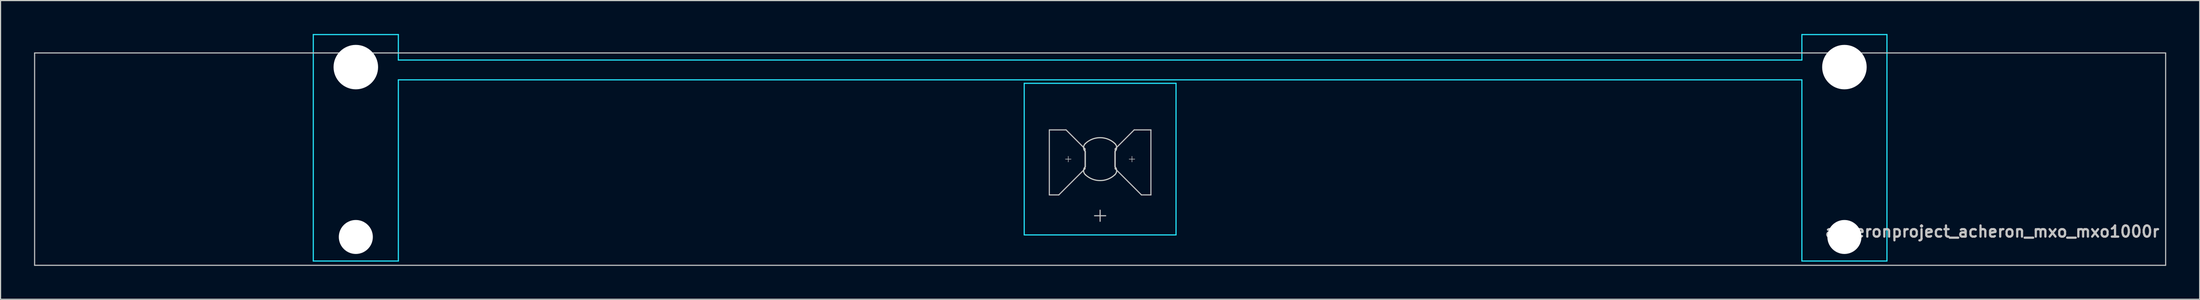
<source format=kicad_pcb>
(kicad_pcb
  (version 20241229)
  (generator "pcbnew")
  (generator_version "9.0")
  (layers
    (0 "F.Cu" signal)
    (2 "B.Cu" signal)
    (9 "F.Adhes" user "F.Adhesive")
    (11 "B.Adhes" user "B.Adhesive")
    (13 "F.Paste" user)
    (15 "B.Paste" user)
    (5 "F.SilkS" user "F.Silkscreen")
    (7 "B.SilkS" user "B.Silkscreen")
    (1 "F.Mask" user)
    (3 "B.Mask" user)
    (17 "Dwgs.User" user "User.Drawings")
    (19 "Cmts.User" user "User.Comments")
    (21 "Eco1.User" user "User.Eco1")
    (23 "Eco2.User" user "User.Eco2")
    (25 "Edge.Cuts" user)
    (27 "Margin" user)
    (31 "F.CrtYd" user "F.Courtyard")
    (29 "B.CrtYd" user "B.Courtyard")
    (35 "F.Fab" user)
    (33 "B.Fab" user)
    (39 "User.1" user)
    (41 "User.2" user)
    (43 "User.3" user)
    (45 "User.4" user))
  (footprint "acheronproject_acheron_mxo_mxo1000r"
    (layer "F.Cu")
    (at 95.5 11.226)
    (property "Reference" "acheronproject_acheron_mxo_mxo1000r" (at 95 6.5 0) (unlocked yes) (layer "Dwgs.User") (effects (font (size 1 1) (thickness 0.2)) (justify right)))
    (attr smd)
    (fp_line (start -95.45 -9.525) (end -95.45 9.525) (stroke (width 0.1) (type solid)) (layer "Dwgs.User"))
    (fp_line (start -95.45 -9.525) (end 95.45 -9.525) (stroke (width 0.1) (type solid)) (layer "Dwgs.User"))
    (fp_line (start -95.45 9.525) (end 95.45 9.525) (stroke (width 0.1) (type solid)) (layer "Dwgs.User"))
    (fp_line (start -4.55 -2.62) (end -3.05 -2.62) (stroke (width 0.1) (type solid)) (layer "Dwgs.User"))
    (fp_line (start -4.55 3.21) (end -4.55 -2.62) (stroke (width 0.1) (type solid)) (layer "Dwgs.User"))
    (fp_line (start -3.7 3.21) (end -4.55 3.21) (stroke (width 0.1) (type solid)) (layer "Dwgs.User"))
    (fp_line (start -3.103 0) (end -2.603 0) (stroke (width 0.05) (type solid)) (layer "Dwgs.User"))
    (fp_line (start -3.05 -2.62) (end -1.35 -0.92) (stroke (width 0.1) (type solid)) (layer "Dwgs.User"))
    (fp_line (start -2.853 -0.25) (end -2.853 0.25) (stroke (width 0.05) (type solid)) (layer "Dwgs.User"))
    (fp_line (start -1.35 -0.92) (end -1.35 0.86) (stroke (width 0.1) (type solid)) (layer "Dwgs.User"))
    (fp_line (start -1.35 0.86) (end -3.7 3.21) (stroke (width 0.1) (type solid)) (layer "Dwgs.User"))
    (fp_line (start -0.5 5.08) (end 0.5 5.08) (stroke (width 0.1) (type solid)) (layer "Dwgs.User"))
    (fp_line (start 0 4.58) (end 0 5.58) (stroke (width 0.1) (type solid)) (layer "Dwgs.User"))
    (fp_line (start 1.35 -0.92) (end 1.35 0.86) (stroke (width 0.1) (type solid)) (layer "Dwgs.User"))
    (fp_line (start 1.35 0.86) (end 3.7 3.21) (stroke (width 0.1) (type solid)) (layer "Dwgs.User"))
    (fp_line (start 2.603 0) (end 3.103 0) (stroke (width 0.05) (type solid)) (layer "Dwgs.User"))
    (fp_line (start 2.853 -0.25) (end 2.853 0.25) (stroke (width 0.05) (type solid)) (layer "Dwgs.User"))
    (fp_line (start 3.05 -2.62) (end 1.35 -0.92) (stroke (width 0.1) (type solid)) (layer "Dwgs.User"))
    (fp_line (start 3.7 3.21) (end 4.55 3.21) (stroke (width 0.1) (type solid)) (layer "Dwgs.User"))
    (fp_line (start 4.55 -2.62) (end 3.05 -2.62) (stroke (width 0.1) (type solid)) (layer "Dwgs.User"))
    (fp_line (start 4.55 3.21) (end 4.55 -2.62) (stroke (width 0.1) (type solid)) (layer "Dwgs.User"))
    (fp_line (start 95.45 -9.525) (end 95.45 9.525) (stroke (width 0.1) (type solid)) (layer "Dwgs.User"))
    (fp_line (start -70.175 -8.515) (end -70.175 5.485) (stroke (width 0.1) (type solid)) (layer "Eco1.User"))
    (fp_line (start -69.675 -9.015) (end -63.675 -9.015) (stroke (width 0.1) (type solid)) (layer "Eco1.User"))
    (fp_line (start -63.675 5.985) (end -69.675 5.985) (stroke (width 0.1) (type solid)) (layer "Eco1.User"))
    (fp_line (start -63.175 5.485) (end -63.175 -8.515) (stroke (width 0.1) (type solid)) (layer "Eco1.User"))
    (fp_line (start -7 -6.5) (end -7 6.5) (stroke (width 0.1) (type solid)) (layer "Eco1.User"))
    (fp_line (start -6.5 7) (end 6.5 7) (stroke (width 0.1) (type solid)) (layer "Eco1.User"))
    (fp_line (start 6.5 -7) (end -6.5 -7) (stroke (width 0.1) (type solid)) (layer "Eco1.User"))
    (fp_line (start 7 6.5) (end 7 -6.5) (stroke (width 0.1) (type solid)) (layer "Eco1.User"))
    (fp_line (start 63.175 -8.515) (end 63.175 5.485) (stroke (width 0.1) (type solid)) (layer "Eco1.User"))
    (fp_line (start 63.675 -9.015) (end 69.675 -9.015) (stroke (width 0.1) (type solid)) (layer "Eco1.User"))
    (fp_line (start 69.675 5.985) (end 63.675 5.985) (stroke (width 0.1) (type solid)) (layer "Eco1.User"))
    (fp_line (start 70.175 5.485) (end 70.175 -8.515) (stroke (width 0.1) (type solid)) (layer "Eco1.User"))
    (fp_arc (start -70.175 -8.515) (mid -70.028553 -8.868553) (end -69.675 -9.015) (stroke (width 0.1) (type solid)) (layer "Eco1.User"))
    (fp_arc (start -69.675 5.985) (mid -70.028553 5.838553) (end -70.175 5.485) (stroke (width 0.1) (type solid)) (layer "Eco1.User"))
    (fp_arc (start -63.675 -9.015) (mid -63.321447 -8.868553) (end -63.175 -8.515) (stroke (width 0.1) (type solid)) (layer "Eco1.User"))
    (fp_arc (start -63.175 5.485) (mid -63.321447 5.838553) (end -63.675 5.985) (stroke (width 0.1) (type solid)) (layer "Eco1.User"))
    (fp_arc (start -7 -6.5) (mid -6.853553 -6.853553) (end -6.5 -7) (stroke (width 0.1) (type solid)) (layer "Eco1.User"))
    (fp_arc (start -6.5 7) (mid -6.853553 6.853553) (end -7 6.5) (stroke (width 0.1) (type solid)) (layer "Eco1.User"))
    (fp_arc (start 6.5 -7) (mid 6.853553 -6.853553) (end 7 -6.5) (stroke (width 0.1) (type solid)) (layer "Eco1.User"))
    (fp_arc (start 7 6.5) (mid 6.853553 6.853553) (end 6.5 7) (stroke (width 0.1) (type solid)) (layer "Eco1.User"))
    (fp_arc (start 63.175 -8.515) (mid 63.321447 -8.868553) (end 63.675 -9.015) (stroke (width 0.1) (type solid)) (layer "Eco1.User"))
    (fp_arc (start 63.675 5.985) (mid 63.321447 5.838553) (end 63.175 5.485) (stroke (width 0.1) (type solid)) (layer "Eco1.User"))
    (fp_arc (start 69.675 -9.015) (mid 70.028553 -8.868553) (end 70.175 -8.515) (stroke (width 0.1) (type solid)) (layer "Eco1.User"))
    (fp_arc (start 70.175 5.485) (mid 70.028553 5.838553) (end 69.675 5.985) (stroke (width 0.1) (type solid)) (layer "Eco1.User"))
    (fp_line (start -1.325 -0.671) (end -1.325 0.671) (stroke (width 0.1) (type solid)) (layer "Edge.Cuts"))
    (fp_line (start 1.325 0.671) (end 1.325 -0.671) (stroke (width 0.1) (type solid)) (layer "Edge.Cuts"))
    (fp_arc (start -1.325 -1.396424) (mid 0 -1.925) (end 1.325 -1.396424) (stroke (width 0.1) (type solid)) (layer "Edge.Cuts"))
    (fp_arc (start -1.325 -0.671009) (mid -1.480844 -1.033717) (end -1.325 -1.396424) (stroke (width 0.1) (type solid)) (layer "Edge.Cuts"))
    (fp_arc (start -1.325 1.396424) (mid -1.480844 1.033717) (end -1.325 0.671009) (stroke (width 0.1) (type solid)) (layer "Edge.Cuts"))
    (fp_arc (start 1.325 -1.396424) (mid 1.480844 -1.033717) (end 1.325 -0.671009) (stroke (width 0.1) (type solid)) (layer "Edge.Cuts"))
    (fp_arc (start 1.325 0.671009) (mid 1.480844 1.033717) (end 1.325 1.396424) (stroke (width 0.1) (type solid)) (layer "Edge.Cuts"))
    (fp_arc (start 1.325 1.396424) (mid 0 1.925) (end -1.325 1.396424) (stroke (width 0.1) (type solid)) (layer "Edge.Cuts"))
    (fp_line (start -70.485 9.144) (end -70.485 -11.176) (stroke (width 0.1) (type solid)) (layer "B.CrtYd"))
    (fp_line (start -62.865 -11.176) (end -70.485 -11.176) (stroke (width 0.1) (type solid)) (layer "B.CrtYd"))
    (fp_line (start -62.865 -8.89) (end -62.865 -11.176) (stroke (width 0.1) (type solid)) (layer "B.CrtYd"))
    (fp_line (start -62.865 -7.112) (end -62.865 9.144) (stroke (width 0.1) (type solid)) (layer "B.CrtYd"))
    (fp_line (start -62.865 9.144) (end -70.485 9.144) (stroke (width 0.1) (type solid)) (layer "B.CrtYd"))
    (fp_line (start -6.8 -6.8) (end -6.8 6.8) (stroke (width 0.1) (type solid)) (layer "B.CrtYd"))
    (fp_line (start -6.8 -6.8) (end 6.8 -6.8) (stroke (width 0.1) (type solid)) (layer "B.CrtYd"))
    (fp_line (start -6.8 6.8) (end 6.8 6.8) (stroke (width 0.1) (type solid)) (layer "B.CrtYd"))
    (fp_line (start 6.8 6.8) (end 6.8 -6.8) (stroke (width 0.1) (type solid)) (layer "B.CrtYd"))
    (fp_line (start 62.865 -8.89) (end -62.865 -8.89) (stroke (width 0.1) (type solid)) (layer "B.CrtYd"))
    (fp_line (start 62.865 -8.89) (end 62.865 -11.176) (stroke (width 0.1) (type solid)) (layer "B.CrtYd"))
    (fp_line (start 62.865 -7.112) (end -62.865 -7.112) (stroke (width 0.1) (type solid)) (layer "B.CrtYd"))
    (fp_line (start 62.865 -7.112) (end 62.865 9.144) (stroke (width 0.1) (type solid)) (layer "B.CrtYd"))
    (fp_line (start 70.485 -11.176) (end 62.865 -11.176) (stroke (width 0.1) (type solid)) (layer "B.CrtYd"))
    (fp_line (start 70.485 9.144) (end 62.865 9.144) (stroke (width 0.1) (type solid)) (layer "B.CrtYd"))
    (fp_line (start 70.485 9.144) (end 70.485 -11.176) (stroke (width 0.1) (type solid)) (layer "B.CrtYd"))
    (pad "" np_thru_hole circle (at -66.675 -8.255) (size 3.988 3.988) (drill 3.988) (layers "*.Cu" "*.Mask"))
    (pad "" np_thru_hole circle (at -66.675 6.985) (size 3.048 3.048) (drill 3.048) (layers "*.Cu" "*.Mask"))
    (pad "" np_thru_hole circle (at 66.675 -8.255) (size 3.988 3.988) (drill 3.988) (layers "*.Cu" "*.Mask"))
    (pad "" np_thru_hole circle (at 66.675 6.985) (size 3.048 3.048) (drill 3.048) (layers "*.Cu" "*.Mask")))
  (gr_rect
    (start -3 -3)
    (end 194 23.801)
    (stroke (width 0.1) (type default))
    (fill no)
    (layer "Edge.Cuts")))
</source>
